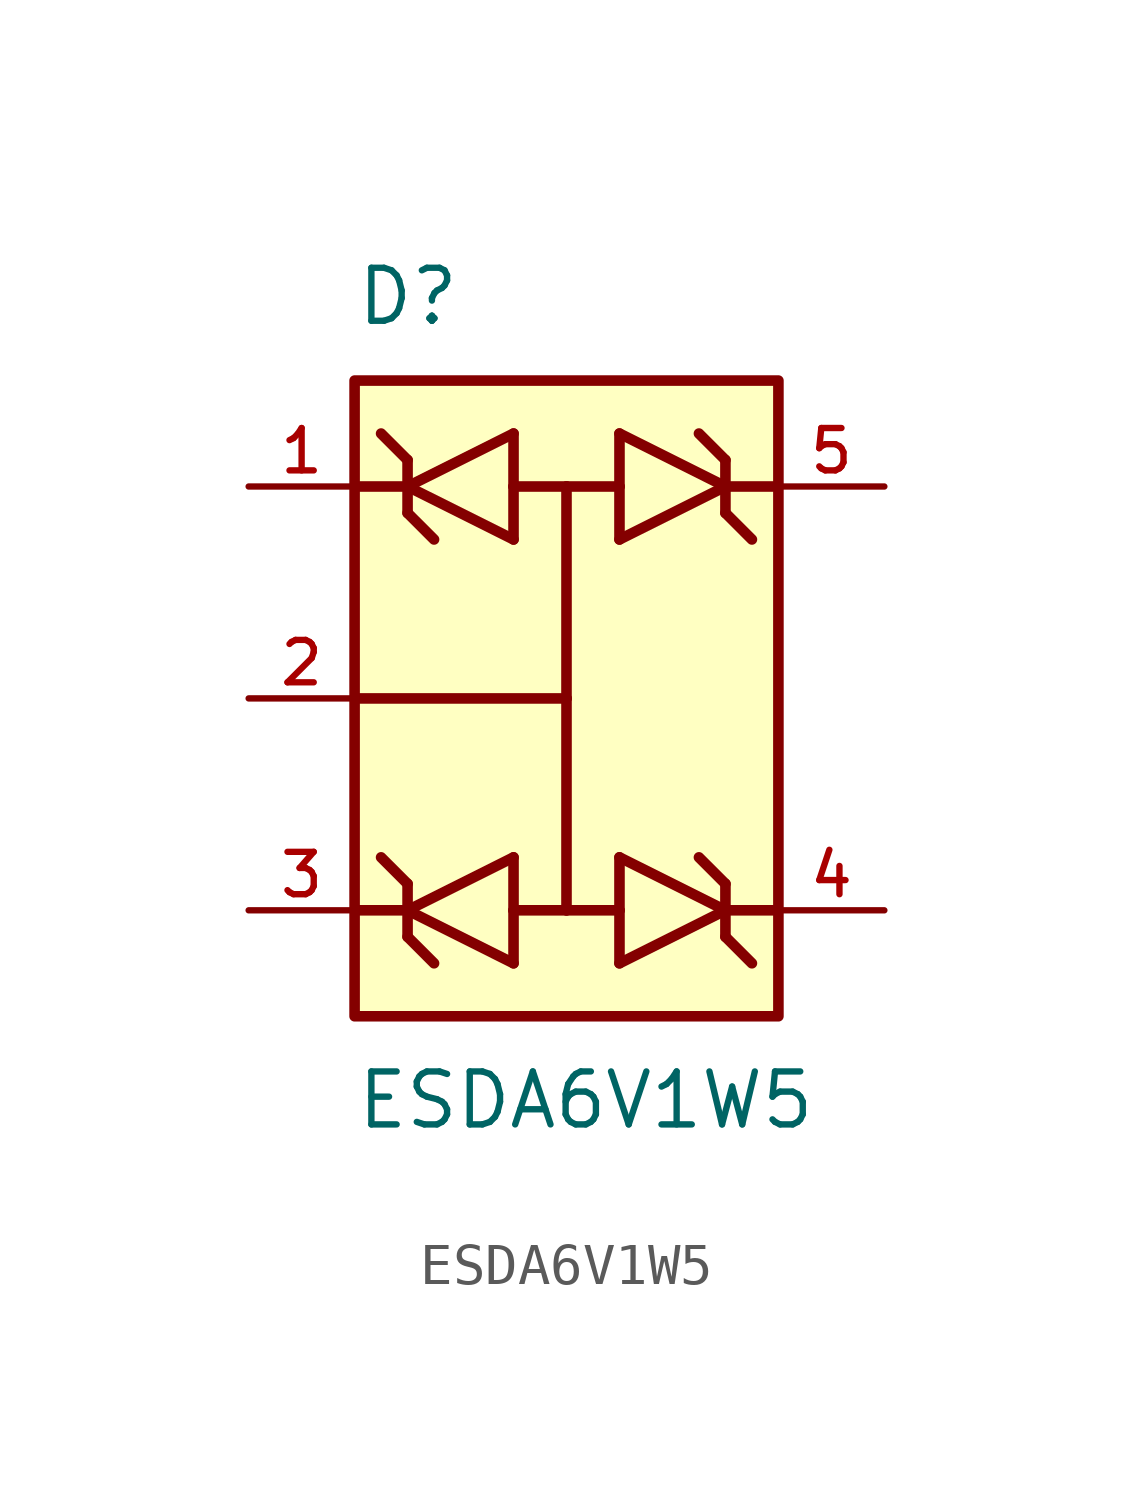
<source format=kicad_sym>
(kicad_symbol_lib
  (version 20211014)
  (generator kicad_symbol_editor)
  (symbol "ESDA6V1W5"
    (pin_names
      (offset 1.016))
    (property "Reference" "D"
      (at -5.08 8.89 0)
      (effects (font (size 1.27 1.27)) (justify bottom left)))
    (property "Value" "ESDA6V1W5"
      (at -5.08 -8.89 0)
      (effects (font (size 1.27 1.27)) (justify top left)))
    (symbol "ESDA6V1W5_0_0"
      (polyline (pts (xy 1.27 3.81) (xy 3.81 5.08)) (stroke (width 0.254)))
      (polyline (pts (xy 3.81 5.08) (xy 1.27 6.35)) (stroke (width 0.254)))
      (polyline (pts (xy 3.81 5.715) (xy 3.81 5.08)) (stroke (width 0.254)))
      (polyline (pts (xy 1.27 6.35) (xy 1.27 5.08)) (stroke (width 0.254)))
      (polyline (pts (xy 1.27 5.08) (xy 1.27 3.81)) (stroke (width 0.254)))
      (polyline (pts (xy 3.81 5.08) (xy 3.81 4.445)) (stroke (width 0.254)))
      (polyline (pts (xy 5.08 5.08) (xy 3.81 5.08)) (stroke (width 0.254)))
      (polyline (pts (xy 3.175 6.35) (xy 3.81 5.715)) (stroke (width 0.254)))
      (polyline (pts (xy 3.81 4.445) (xy 4.445 3.81)) (stroke (width 0.254)))
      (polyline (pts (xy 1.27 -6.35) (xy 3.81 -5.08)) (stroke (width 0.254)))
      (polyline (pts (xy 3.81 -5.08) (xy 1.27 -3.81)) (stroke (width 0.254)))
      (polyline (pts (xy 3.81 -4.445) (xy 3.81 -5.08)) (stroke (width 0.254)))
      (polyline (pts (xy 1.27 -3.81) (xy 1.27 -5.08)) (stroke (width 0.254)))
      (polyline (pts (xy 1.27 -5.08) (xy 1.27 -6.35)) (stroke (width 0.254)))
      (polyline (pts (xy 3.81 -5.08) (xy 3.81 -5.715)) (stroke (width 0.254)))
      (polyline (pts (xy 5.08 -5.08) (xy 3.81 -5.08)) (stroke (width 0.254)))
      (polyline (pts (xy 3.175 -3.81) (xy 3.81 -4.445)) (stroke (width 0.254)))
      (polyline (pts (xy 3.81 -5.715) (xy 4.445 -6.35)) (stroke (width 0.254)))
      (polyline (pts (xy -1.27 6.35) (xy -3.81 5.08)) (stroke (width 0.254)))
      (polyline (pts (xy -3.81 5.08) (xy -1.27 3.81)) (stroke (width 0.254)))
      (polyline (pts (xy -3.81 4.445) (xy -3.81 5.08)) (stroke (width 0.254)))
      (polyline (pts (xy -1.27 3.81) (xy -1.27 5.08)) (stroke (width 0.254)))
      (polyline (pts (xy -1.27 5.08) (xy -1.27 6.35)) (stroke (width 0.254)))
      (polyline (pts (xy -3.81 5.08) (xy -3.81 5.715)) (stroke (width 0.254)))
      (polyline (pts (xy 1.27 5.08) (xy 0.0 5.08)) (stroke (width 0.254)))
      (polyline (pts (xy 0.0 5.08) (xy -1.27 5.08)) (stroke (width 0.254)))
      (polyline (pts (xy -5.08 5.08) (xy -3.81 5.08)) (stroke (width 0.254)))
      (polyline (pts (xy -3.175 3.81) (xy -3.81 4.445)) (stroke (width 0.254)))
      (polyline (pts (xy -3.81 5.715) (xy -4.445 6.35)) (stroke (width 0.254)))
      (polyline (pts (xy -1.27 -3.81) (xy -3.81 -5.08)) (stroke (width 0.254)))
      (polyline (pts (xy -3.81 -5.08) (xy -1.27 -6.35)) (stroke (width 0.254)))
      (polyline (pts (xy -3.81 -5.715) (xy -3.81 -5.08)) (stroke (width 0.254)))
      (polyline (pts (xy -1.27 -6.35) (xy -1.27 -5.08)) (stroke (width 0.254)))
      (polyline (pts (xy -1.27 -5.08) (xy -1.27 -3.81)) (stroke (width 0.254)))
      (polyline (pts (xy -3.81 -5.08) (xy -3.81 -4.445)) (stroke (width 0.254)))
      (polyline (pts (xy 1.27 -5.08) (xy 0.0 -5.08)) (stroke (width 0.254)))
      (polyline (pts (xy 0.0 -5.08) (xy -1.27 -5.08)) (stroke (width 0.254)))
      (polyline (pts (xy -5.08 -5.08) (xy -3.81 -5.08)) (stroke (width 0.254)))
      (polyline (pts (xy -3.175 -6.35) (xy -3.81 -5.715)) (stroke (width 0.254)))
      (polyline (pts (xy -3.81 -4.445) (xy -4.445 -3.81)) (stroke (width 0.254)))
      (polyline (pts (xy 0.0 5.08) (xy 0.0 0.0)) (stroke (width 0.254)))
      (polyline (pts (xy 0.0 0.0) (xy -5.08 0.0)) (stroke (width 0.254)))
      (polyline (pts (xy 0.0 0.0) (xy 0.0 -5.08)) (stroke (width 0.254)))
      (rectangle (start -5.08 -7.62) (end 5.08 7.62) (stroke (width 0.254)) (fill (type background)))
      (pin passive line (at 7.62 5.08 180.0) (length 2.54) (name "~" (effects (font (size 1.016 1.016)))) (number "5" (effects (font (size 1.016 1.016)))))
      (pin passive line (at 7.62 -5.08 180.0) (length 2.54) (name "~" (effects (font (size 1.016 1.016)))) (number "4" (effects (font (size 1.016 1.016)))))
      (pin passive line (at -7.62 5.08 0) (length 2.54) (name "~" (effects (font (size 1.016 1.016)))) (number "1" (effects (font (size 1.016 1.016)))))
      (pin passive line (at -7.62 -5.08 0) (length 2.54) (name "~" (effects (font (size 1.016 1.016)))) (number "3" (effects (font (size 1.016 1.016)))))
      (pin passive line (at -7.62 0.0 0) (length 2.54) (name "~" (effects (font (size 1.016 1.016)))) (number "2" (effects (font (size 1.016 1.016))))))))
</source>
